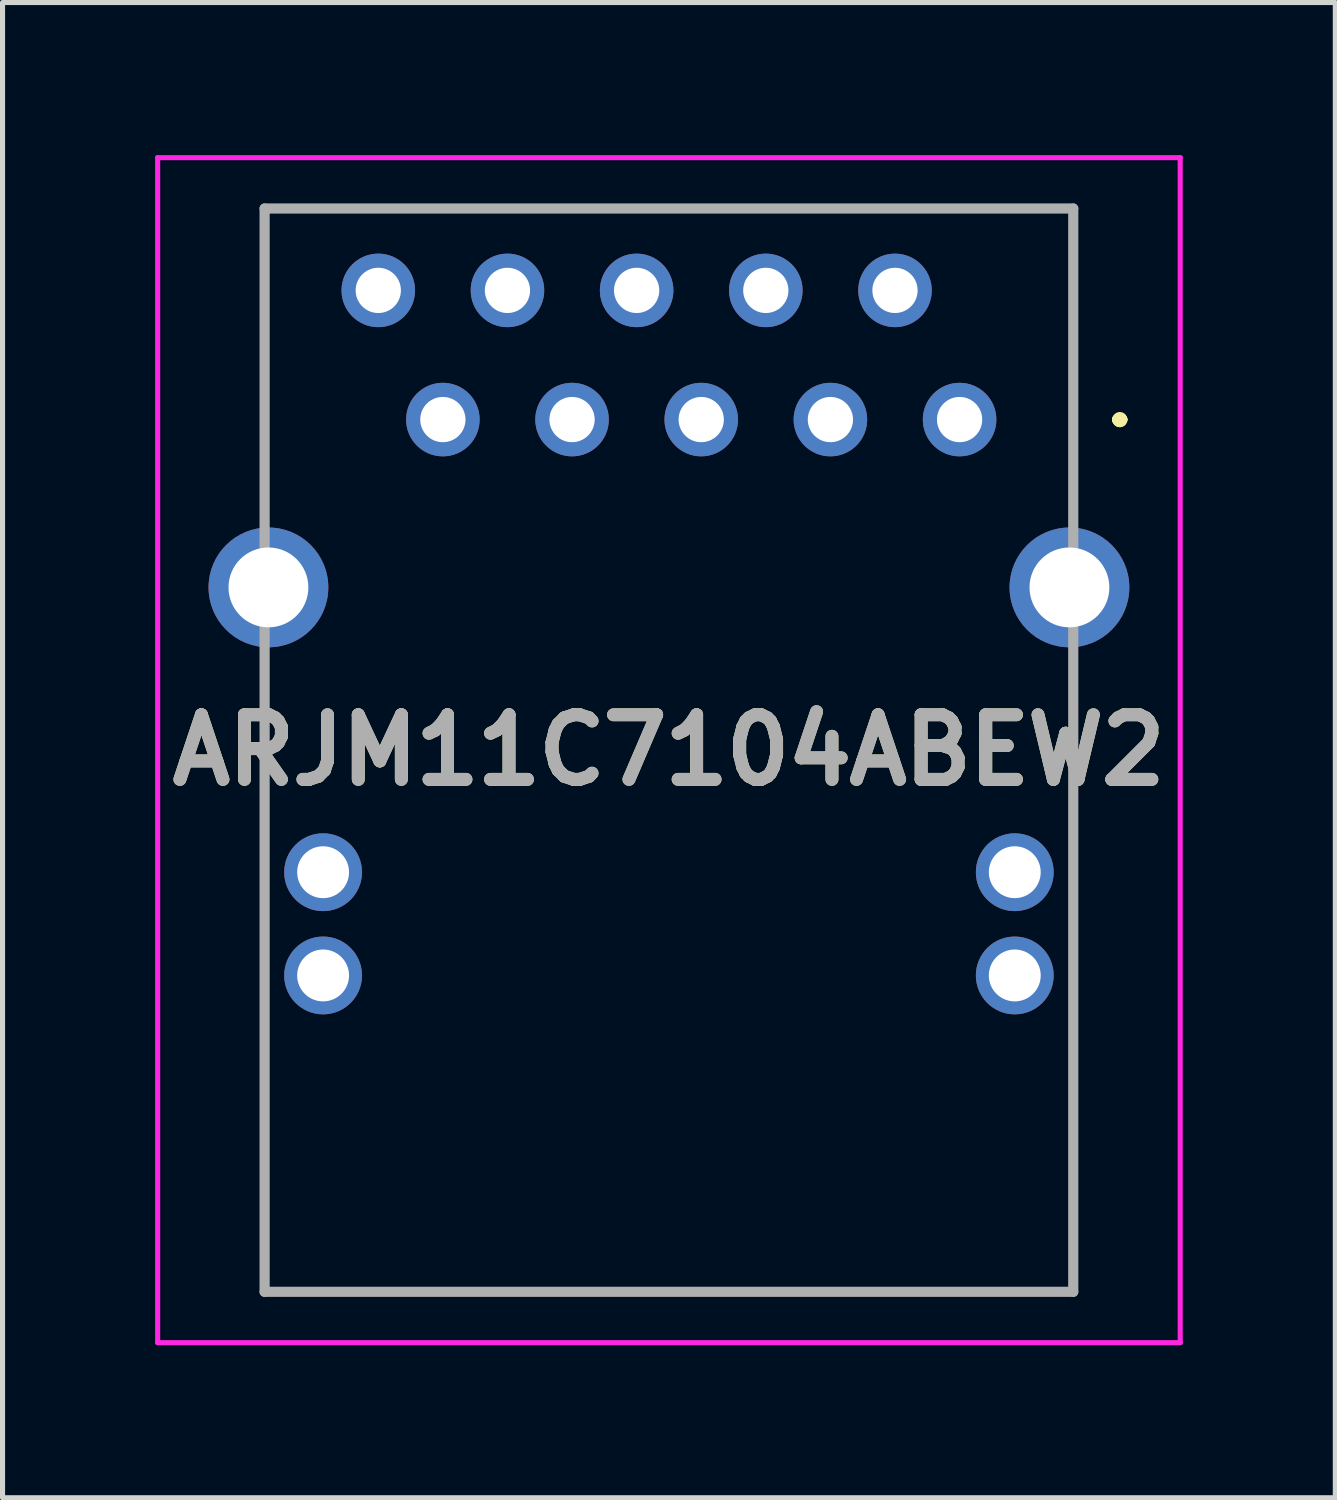
<source format=kicad_pcb>
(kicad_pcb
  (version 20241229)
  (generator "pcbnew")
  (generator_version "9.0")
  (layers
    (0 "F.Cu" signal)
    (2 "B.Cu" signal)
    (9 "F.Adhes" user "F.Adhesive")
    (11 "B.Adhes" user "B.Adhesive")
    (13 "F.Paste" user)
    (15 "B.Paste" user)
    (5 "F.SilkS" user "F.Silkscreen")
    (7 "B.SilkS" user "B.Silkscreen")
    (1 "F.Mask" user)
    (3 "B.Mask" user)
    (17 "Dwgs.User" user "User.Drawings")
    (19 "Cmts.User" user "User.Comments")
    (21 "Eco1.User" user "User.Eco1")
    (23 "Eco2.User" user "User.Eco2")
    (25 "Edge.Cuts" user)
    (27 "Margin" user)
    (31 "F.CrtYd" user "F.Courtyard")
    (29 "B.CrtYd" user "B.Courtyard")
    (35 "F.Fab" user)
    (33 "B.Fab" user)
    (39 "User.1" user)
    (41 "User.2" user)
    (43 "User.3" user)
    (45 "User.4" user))
  (footprint "ARJM11C7104ABEW2"
    (layer "F.Cu")
    (at 15.818 5.2)
    (property "Reference" "ARJM11C7104ABEW2" (at -5.715 6.5 0) (layer "F.SilkS") (effects (font (size 1.27 1.27) (thickness 0.254))))
    (attr through_hole)
    (fp_line (start -13.665 -4.15) (end -13.665 -4.15) (stroke (width 0.1) (type solid)) (layer "F.SilkS"))
    (fp_line (start -13.665 -4.15) (end -13.665 -4.15) (stroke (width 0.1) (type solid)) (layer "F.SilkS"))
    (fp_line (start -13.665 -4.15) (end -13.665 1.5) (stroke (width 0.1) (type solid)) (layer "F.SilkS"))
    (fp_line (start -13.665 -4.15) (end 2.25 -4.15) (stroke (width 0.1) (type solid)) (layer "F.SilkS"))
    (fp_line (start -13.665 1.5) (end -13.665 -4.15) (stroke (width 0.1) (type solid)) (layer "F.SilkS"))
    (fp_line (start -13.665 1.5) (end -13.665 1.5) (stroke (width 0.1) (type solid)) (layer "F.SilkS"))
    (fp_line (start -13.665 12.25) (end -13.665 12.25) (stroke (width 0.1) (type solid)) (layer "F.SilkS"))
    (fp_line (start -13.665 12.25) (end -13.665 17.15) (stroke (width 0.1) (type solid)) (layer "F.SilkS"))
    (fp_line (start -13.665 17.15) (end -13.665 12.25) (stroke (width 0.1) (type solid)) (layer "F.SilkS"))
    (fp_line (start -13.665 17.15) (end -13.665 17.15) (stroke (width 0.1) (type solid)) (layer "F.SilkS"))
    (fp_line (start -13.665 17.15) (end -13.665 17.15) (stroke (width 0.1) (type solid)) (layer "F.SilkS"))
    (fp_line (start -13.665 17.15) (end 2.235 17.15) (stroke (width 0.1) (type solid)) (layer "F.SilkS"))
    (fp_line (start 2.235 -4.15) (end 2.235 -4.15) (stroke (width 0.1) (type solid)) (layer "F.SilkS"))
    (fp_line (start 2.235 -4.15) (end 2.235 1.5) (stroke (width 0.1) (type solid)) (layer "F.SilkS"))
    (fp_line (start 2.235 1.5) (end 2.235 -4.15) (stroke (width 0.1) (type solid)) (layer "F.SilkS"))
    (fp_line (start 2.235 1.5) (end 2.235 1.5) (stroke (width 0.1) (type solid)) (layer "F.SilkS"))
    (fp_line (start 2.235 12.5) (end 2.235 17.15) (stroke (width 0.1) (type solid)) (layer "F.SilkS"))
    (fp_line (start 2.235 17.15) (end -13.665 17.15) (stroke (width 0.1) (type solid)) (layer "F.SilkS"))
    (fp_line (start 2.235 17.15) (end 2.235 17.15) (stroke (width 0.1) (type solid)) (layer "F.SilkS"))
    (fp_line (start 2.235 17.15) (end 2.25 17.15) (stroke (width 0.1) (type solid)) (layer "F.SilkS"))
    (fp_line (start 2.25 -4.15) (end -13.665 -4.15) (stroke (width 0.1) (type solid)) (layer "F.SilkS"))
    (fp_line (start 2.25 -4.15) (end 2.25 -4.15) (stroke (width 0.1) (type solid)) (layer "F.SilkS"))
    (fp_line (start 2.25 12.5) (end 2.235 12.5) (stroke (width 0.1) (type solid)) (layer "F.SilkS"))
    (fp_line (start 2.25 17.15) (end 2.25 12.5) (stroke (width 0.1) (type solid)) (layer "F.SilkS"))
    (fp_line (start 3.1 0) (end 3.1 0) (stroke (width 0.2) (type solid)) (layer "F.SilkS"))
    (fp_line (start 3.1 0) (end 3.1 0) (stroke (width 0.2) (type solid)) (layer "F.SilkS"))
    (fp_line (start 3.2 0) (end 3.2 0) (stroke (width 0.2) (type solid)) (layer "F.SilkS"))
    (fp_arc (start 3.1 0) (mid 3.15 -0.05) (end 3.2 0) (stroke (width 0.2) (type solid)) (layer "F.SilkS"))
    (fp_arc (start 3.2 0) (mid 3.15 0.05) (end 3.1 0) (stroke (width 0.2) (type solid)) (layer "F.SilkS"))
    (fp_arc (start 3.2 0) (mid 3.15 0.05) (end 3.1 0) (stroke (width 0.2) (type solid)) (layer "F.SilkS"))
    (fp_line (start -15.768 -5.15) (end 4.338 -5.15) (stroke (width 0.1) (type solid)) (layer "F.CrtYd"))
    (fp_line (start -15.768 18.15) (end -15.768 -5.15) (stroke (width 0.1) (type solid)) (layer "F.CrtYd"))
    (fp_line (start 4.338 -5.15) (end 4.338 18.15) (stroke (width 0.1) (type solid)) (layer "F.CrtYd"))
    (fp_line (start 4.338 18.15) (end -15.768 18.15) (stroke (width 0.1) (type solid)) (layer "F.CrtYd"))
    (fp_line (start -13.665 -4.15) (end -13.665 17.15) (stroke (width 0.2) (type solid)) (layer "F.Fab"))
    (fp_line (start -13.665 17.15) (end 2.235 17.15) (stroke (width 0.2) (type solid)) (layer "F.Fab"))
    (fp_line (start 2.235 -4.15) (end -13.665 -4.15) (stroke (width 0.2) (type solid)) (layer "F.Fab"))
    (fp_line (start 2.235 17.15) (end 2.235 -4.15) (stroke (width 0.2) (type solid)) (layer "F.Fab"))
    (fp_text user "${REFERENCE}" (at -5.715 6.5 0) (layer "F.Fab") (effects (font (size 1.27 1.27) (thickness 0.254))))
    (pad "" np_thru_hole circle (at -11.43 6.35) (size 0.001 0.001) (drill 3.25) (layers "*.Cu" "*.Mask"))
    (pad "" np_thru_hole circle (at 0 6.35) (size 0.001 0.001) (drill 3.25) (layers "*.Cu" "*.Mask"))
    (pad "1" thru_hole circle (at 0 0) (size 1.446 1.446) (drill 0.89) (layers "*.Cu" "*.Mask"))
    (pad "2" thru_hole circle (at -1.27 -2.54) (size 1.446 1.446) (drill 0.89) (layers "*.Cu" "*.Mask"))
    (pad "3" thru_hole circle (at -2.54 0) (size 1.446 1.446) (drill 0.89) (layers "*.Cu" "*.Mask"))
    (pad "4" thru_hole circle (at -3.81 -2.54) (size 1.446 1.446) (drill 0.89) (layers "*.Cu" "*.Mask"))
    (pad "5" thru_hole circle (at -5.08 0) (size 1.446 1.446) (drill 0.89) (layers "*.Cu" "*.Mask"))
    (pad "6" thru_hole circle (at -6.35 -2.54) (size 1.446 1.446) (drill 0.89) (layers "*.Cu" "*.Mask"))
    (pad "7" thru_hole circle (at -7.62 0) (size 1.446 1.446) (drill 0.89) (layers "*.Cu" "*.Mask"))
    (pad "8" thru_hole circle (at -8.89 -2.54) (size 1.446 1.446) (drill 0.89) (layers "*.Cu" "*.Mask"))
    (pad "9" thru_hole circle (at -10.16 0) (size 1.446 1.446) (drill 0.89) (layers "*.Cu" "*.Mask"))
    (pad "10" thru_hole circle (at -11.43 -2.54) (size 1.446 1.446) (drill 0.89) (layers "*.Cu" "*.Mask"))
    (pad "L1" thru_hole circle (at -12.515 8.9) (size 1.53 1.53) (drill 1.02) (layers "*.Cu" "*.Mask"))
    (pad "L2" thru_hole circle (at -12.515 10.93) (size 1.53 1.53) (drill 1.02) (layers "*.Cu" "*.Mask"))
    (pad "L3" thru_hole circle (at 1.085 8.9) (size 1.53 1.53) (drill 1.02) (layers "*.Cu" "*.Mask"))
    (pad "L4" thru_hole circle (at 1.085 10.93) (size 1.53 1.53) (drill 1.02) (layers "*.Cu" "*.Mask"))
    (pad "MH1" thru_hole circle (at -13.59 3.3) (size 2.355 2.355) (drill 1.57) (layers "*.Cu" "*.Mask"))
    (pad "MH2" thru_hole circle (at 2.16 3.3) (size 2.355 2.355) (drill 1.57) (layers "*.Cu" "*.Mask")))
  (gr_rect
    (start -3 -3)
    (end 23.206 26.4)
    (stroke (width 0.1) (type default))
    (fill no)
    (layer "Edge.Cuts")))
</source>
